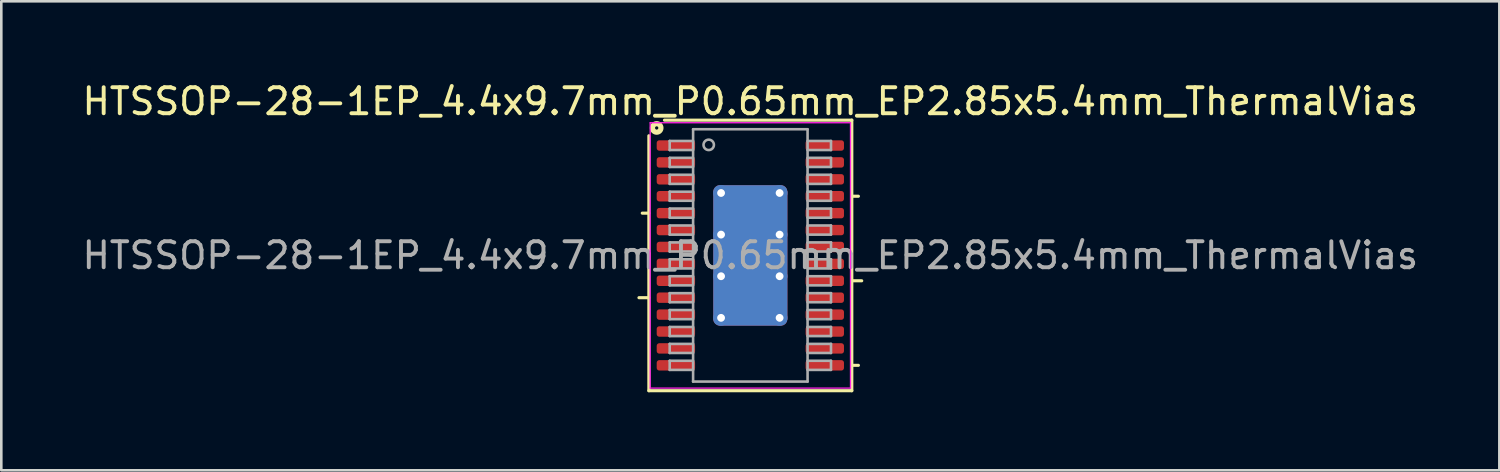
<source format=kicad_pcb>
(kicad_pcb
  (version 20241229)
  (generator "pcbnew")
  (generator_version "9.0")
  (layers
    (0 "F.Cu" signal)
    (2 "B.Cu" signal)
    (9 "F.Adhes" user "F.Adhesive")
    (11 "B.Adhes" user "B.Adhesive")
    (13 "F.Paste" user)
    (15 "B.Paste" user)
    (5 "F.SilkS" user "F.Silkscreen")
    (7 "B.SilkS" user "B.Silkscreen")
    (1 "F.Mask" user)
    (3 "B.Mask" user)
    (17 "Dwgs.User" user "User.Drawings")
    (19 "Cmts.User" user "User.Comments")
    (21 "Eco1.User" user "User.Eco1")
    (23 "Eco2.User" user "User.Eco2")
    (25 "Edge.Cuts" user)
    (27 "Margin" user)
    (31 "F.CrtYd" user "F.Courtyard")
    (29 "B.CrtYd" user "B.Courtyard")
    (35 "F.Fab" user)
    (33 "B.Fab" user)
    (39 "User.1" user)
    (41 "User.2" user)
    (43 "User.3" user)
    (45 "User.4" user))
  (footprint "HTSSOP-28-1EP_4.4x9.7mm_P0.65mm_EP2.85x5.4mm_ThermalVias"
    (layer "F.Cu")
    (at 25.792 6.768)
    (property "Reference" "HTSSOP-28-1EP_4.4x9.7mm_P0.65mm_EP2.85x5.4mm_ThermalVias" (at 0 -5.92 0) (layer "F.SilkS") (effects (font (size 1 1) (thickness 0.15))))
    (attr smd)
    (fp_line (start -3.9 -1.625) (end -4.154 -1.625) (stroke (width 0.12) (type solid)) (layer "F.SilkS"))
    (fp_line (start -3.9 1.625) (end -4.281 1.625) (stroke (width 0.12) (type solid)) (layer "F.SilkS"))
    (fp_line (start -3.9 5.2) (end -3.9 -4.6) (stroke (width 0.12) (type solid)) (layer "F.SilkS"))
    (fp_line (start -3.3 -5.2) (end 3.9 -5.2) (stroke (width 0.12) (type solid)) (layer "F.SilkS"))
    (fp_line (start 3.9 -5.2) (end 3.9 5.2) (stroke (width 0.12) (type solid)) (layer "F.SilkS"))
    (fp_line (start 3.9 -2.275) (end 4.154 -2.275) (stroke (width 0.12) (type solid)) (layer "F.SilkS"))
    (fp_line (start 3.9 0.975) (end 4.281 0.975) (stroke (width 0.12) (type solid)) (layer "F.SilkS"))
    (fp_line (start 3.9 4.225) (end 4.154 4.225) (stroke (width 0.12) (type solid)) (layer "F.SilkS"))
    (fp_line (start 3.9 5.2) (end -3.9 5.2) (stroke (width 0.12) (type solid)) (layer "F.SilkS"))
    (fp_circle (center -3.6 -4.9) (end -3.537 -4.9) (stroke (width 0.2) (type solid)) (fill no) (layer "F.SilkS"))
    (fp_line (start -3.85 -5.1) (end -3.85 5.1) (stroke (width 0.05) (type solid)) (layer "F.CrtYd"))
    (fp_line (start -3.85 5.1) (end 3.85 5.1) (stroke (width 0.05) (type solid)) (layer "F.CrtYd"))
    (fp_line (start 3.85 -5.1) (end -3.85 -5.1) (stroke (width 0.05) (type solid)) (layer "F.CrtYd"))
    (fp_line (start 3.85 5.1) (end 3.85 -5.1) (stroke (width 0.05) (type solid)) (layer "F.CrtYd"))
    (fp_line (start -3.1 -4.4) (end -3.1 -4.05) (stroke (width 0.1) (type solid)) (layer "F.Fab"))
    (fp_line (start -3.1 -4.4) (end -2.2 -4.4) (stroke (width 0.1) (type solid)) (layer "F.Fab"))
    (fp_line (start -3.1 -4.05) (end -2.2 -4.05) (stroke (width 0.1) (type solid)) (layer "F.Fab"))
    (fp_line (start -3.1 -3.75) (end -3.1 -3.4) (stroke (width 0.1) (type solid)) (layer "F.Fab"))
    (fp_line (start -3.1 -3.75) (end -2.2 -3.75) (stroke (width 0.1) (type solid)) (layer "F.Fab"))
    (fp_line (start -3.1 -3.4) (end -2.2 -3.4) (stroke (width 0.1) (type solid)) (layer "F.Fab"))
    (fp_line (start -3.1 -3.1) (end -3.1 -2.75) (stroke (width 0.1) (type solid)) (layer "F.Fab"))
    (fp_line (start -3.1 -3.1) (end -2.2 -3.1) (stroke (width 0.1) (type solid)) (layer "F.Fab"))
    (fp_line (start -3.1 -2.75) (end -2.2 -2.75) (stroke (width 0.1) (type solid)) (layer "F.Fab"))
    (fp_line (start -3.1 -2.45) (end -3.1 -2.1) (stroke (width 0.1) (type solid)) (layer "F.Fab"))
    (fp_line (start -3.1 -2.45) (end -2.2 -2.45) (stroke (width 0.1) (type solid)) (layer "F.Fab"))
    (fp_line (start -3.1 -2.1) (end -2.2 -2.1) (stroke (width 0.1) (type solid)) (layer "F.Fab"))
    (fp_line (start -3.1 -1.8) (end -3.1 -1.45) (stroke (width 0.1) (type solid)) (layer "F.Fab"))
    (fp_line (start -3.1 -1.8) (end -2.2 -1.8) (stroke (width 0.1) (type solid)) (layer "F.Fab"))
    (fp_line (start -3.1 -1.45) (end -2.2 -1.45) (stroke (width 0.1) (type solid)) (layer "F.Fab"))
    (fp_line (start -3.1 -1.15) (end -3.1 -0.8) (stroke (width 0.1) (type solid)) (layer "F.Fab"))
    (fp_line (start -3.1 -1.15) (end -2.2 -1.15) (stroke (width 0.1) (type solid)) (layer "F.Fab"))
    (fp_line (start -3.1 -0.8) (end -2.2 -0.8) (stroke (width 0.1) (type solid)) (layer "F.Fab"))
    (fp_line (start -3.1 -0.5) (end -3.1 -0.15) (stroke (width 0.1) (type solid)) (layer "F.Fab"))
    (fp_line (start -3.1 -0.5) (end -2.2 -0.5) (stroke (width 0.1) (type solid)) (layer "F.Fab"))
    (fp_line (start -3.1 -0.15) (end -2.2 -0.15) (stroke (width 0.1) (type solid)) (layer "F.Fab"))
    (fp_line (start -3.1 0.15) (end -3.1 0.5) (stroke (width 0.1) (type solid)) (layer "F.Fab"))
    (fp_line (start -3.1 0.15) (end -2.2 0.15) (stroke (width 0.1) (type solid)) (layer "F.Fab"))
    (fp_line (start -3.1 0.5) (end -2.2 0.5) (stroke (width 0.1) (type solid)) (layer "F.Fab"))
    (fp_line (start -3.1 0.8) (end -3.1 1.15) (stroke (width 0.1) (type solid)) (layer "F.Fab"))
    (fp_line (start -3.1 0.8) (end -2.2 0.8) (stroke (width 0.1) (type solid)) (layer "F.Fab"))
    (fp_line (start -3.1 1.15) (end -2.2 1.15) (stroke (width 0.1) (type solid)) (layer "F.Fab"))
    (fp_line (start -3.1 1.45) (end -3.1 1.8) (stroke (width 0.1) (type solid)) (layer "F.Fab"))
    (fp_line (start -3.1 1.45) (end -2.2 1.45) (stroke (width 0.1) (type solid)) (layer "F.Fab"))
    (fp_line (start -3.1 1.8) (end -2.2 1.8) (stroke (width 0.1) (type solid)) (layer "F.Fab"))
    (fp_line (start -3.1 2.1) (end -3.1 2.45) (stroke (width 0.1) (type solid)) (layer "F.Fab"))
    (fp_line (start -3.1 2.1) (end -2.2 2.1) (stroke (width 0.1) (type solid)) (layer "F.Fab"))
    (fp_line (start -3.1 2.45) (end -2.2 2.45) (stroke (width 0.1) (type solid)) (layer "F.Fab"))
    (fp_line (start -3.1 2.75) (end -3.1 3.1) (stroke (width 0.1) (type solid)) (layer "F.Fab"))
    (fp_line (start -3.1 2.75) (end -2.2 2.75) (stroke (width 0.1) (type solid)) (layer "F.Fab"))
    (fp_line (start -3.1 3.1) (end -2.2 3.1) (stroke (width 0.1) (type solid)) (layer "F.Fab"))
    (fp_line (start -3.1 3.4) (end -3.1 3.75) (stroke (width 0.1) (type solid)) (layer "F.Fab"))
    (fp_line (start -3.1 3.4) (end -2.2 3.4) (stroke (width 0.1) (type solid)) (layer "F.Fab"))
    (fp_line (start -3.1 3.75) (end -2.2 3.75) (stroke (width 0.1) (type solid)) (layer "F.Fab"))
    (fp_line (start -3.1 4.05) (end -3.1 4.4) (stroke (width 0.1) (type solid)) (layer "F.Fab"))
    (fp_line (start -3.1 4.05) (end -2.2 4.05) (stroke (width 0.1) (type solid)) (layer "F.Fab"))
    (fp_line (start -3.1 4.4) (end -2.2 4.4) (stroke (width 0.1) (type solid)) (layer "F.Fab"))
    (fp_line (start -2.2 -4.85) (end 2.2 -4.85) (stroke (width 0.1) (type solid)) (layer "F.Fab"))
    (fp_line (start -2.2 4.85) (end -2.2 -4.85) (stroke (width 0.1) (type solid)) (layer "F.Fab"))
    (fp_line (start 2.2 -4.85) (end 2.2 4.85) (stroke (width 0.1) (type solid)) (layer "F.Fab"))
    (fp_line (start 2.2 4.85) (end -2.2 4.85) (stroke (width 0.1) (type solid)) (layer "F.Fab"))
    (fp_line (start 3.1 -4.4) (end 2.2 -4.4) (stroke (width 0.1) (type solid)) (layer "F.Fab"))
    (fp_line (start 3.1 -4.05) (end 2.2 -4.05) (stroke (width 0.1) (type solid)) (layer "F.Fab"))
    (fp_line (start 3.1 -4.05) (end 3.1 -4.4) (stroke (width 0.1) (type solid)) (layer "F.Fab"))
    (fp_line (start 3.1 -3.75) (end 2.2 -3.75) (stroke (width 0.1) (type solid)) (layer "F.Fab"))
    (fp_line (start 3.1 -3.4) (end 2.2 -3.4) (stroke (width 0.1) (type solid)) (layer "F.Fab"))
    (fp_line (start 3.1 -3.4) (end 3.1 -3.75) (stroke (width 0.1) (type solid)) (layer "F.Fab"))
    (fp_line (start 3.1 -3.1) (end 2.2 -3.1) (stroke (width 0.1) (type solid)) (layer "F.Fab"))
    (fp_line (start 3.1 -2.75) (end 2.2 -2.75) (stroke (width 0.1) (type solid)) (layer "F.Fab"))
    (fp_line (start 3.1 -2.75) (end 3.1 -3.1) (stroke (width 0.1) (type solid)) (layer "F.Fab"))
    (fp_line (start 3.1 -2.45) (end 2.2 -2.45) (stroke (width 0.1) (type solid)) (layer "F.Fab"))
    (fp_line (start 3.1 -2.1) (end 2.2 -2.1) (stroke (width 0.1) (type solid)) (layer "F.Fab"))
    (fp_line (start 3.1 -2.1) (end 3.1 -2.45) (stroke (width 0.1) (type solid)) (layer "F.Fab"))
    (fp_line (start 3.1 -1.8) (end 2.2 -1.8) (stroke (width 0.1) (type solid)) (layer "F.Fab"))
    (fp_line (start 3.1 -1.45) (end 2.2 -1.45) (stroke (width 0.1) (type solid)) (layer "F.Fab"))
    (fp_line (start 3.1 -1.45) (end 3.1 -1.8) (stroke (width 0.1) (type solid)) (layer "F.Fab"))
    (fp_line (start 3.1 -1.15) (end 2.2 -1.15) (stroke (width 0.1) (type solid)) (layer "F.Fab"))
    (fp_line (start 3.1 -0.8) (end 2.2 -0.8) (stroke (width 0.1) (type solid)) (layer "F.Fab"))
    (fp_line (start 3.1 -0.8) (end 3.1 -1.15) (stroke (width 0.1) (type solid)) (layer "F.Fab"))
    (fp_line (start 3.1 -0.5) (end 2.2 -0.5) (stroke (width 0.1) (type solid)) (layer "F.Fab"))
    (fp_line (start 3.1 -0.15) (end 2.2 -0.15) (stroke (width 0.1) (type solid)) (layer "F.Fab"))
    (fp_line (start 3.1 -0.15) (end 3.1 -0.5) (stroke (width 0.1) (type solid)) (layer "F.Fab"))
    (fp_line (start 3.1 0.15) (end 2.2 0.15) (stroke (width 0.1) (type solid)) (layer "F.Fab"))
    (fp_line (start 3.1 0.5) (end 2.2 0.5) (stroke (width 0.1) (type solid)) (layer "F.Fab"))
    (fp_line (start 3.1 0.5) (end 3.1 0.15) (stroke (width 0.1) (type solid)) (layer "F.Fab"))
    (fp_line (start 3.1 0.8) (end 2.2 0.8) (stroke (width 0.1) (type solid)) (layer "F.Fab"))
    (fp_line (start 3.1 1.15) (end 2.2 1.15) (stroke (width 0.1) (type solid)) (layer "F.Fab"))
    (fp_line (start 3.1 1.15) (end 3.1 0.8) (stroke (width 0.1) (type solid)) (layer "F.Fab"))
    (fp_line (start 3.1 1.45) (end 2.2 1.45) (stroke (width 0.1) (type solid)) (layer "F.Fab"))
    (fp_line (start 3.1 1.8) (end 2.2 1.8) (stroke (width 0.1) (type solid)) (layer "F.Fab"))
    (fp_line (start 3.1 1.8) (end 3.1 1.45) (stroke (width 0.1) (type solid)) (layer "F.Fab"))
    (fp_line (start 3.1 2.1) (end 2.2 2.1) (stroke (width 0.1) (type solid)) (layer "F.Fab"))
    (fp_line (start 3.1 2.45) (end 2.2 2.45) (stroke (width 0.1) (type solid)) (layer "F.Fab"))
    (fp_line (start 3.1 2.45) (end 3.1 2.1) (stroke (width 0.1) (type solid)) (layer "F.Fab"))
    (fp_line (start 3.1 2.75) (end 2.2 2.75) (stroke (width 0.1) (type solid)) (layer "F.Fab"))
    (fp_line (start 3.1 3.1) (end 2.2 3.1) (stroke (width 0.1) (type solid)) (layer "F.Fab"))
    (fp_line (start 3.1 3.1) (end 3.1 2.75) (stroke (width 0.1) (type solid)) (layer "F.Fab"))
    (fp_line (start 3.1 3.4) (end 2.2 3.4) (stroke (width 0.1) (type solid)) (layer "F.Fab"))
    (fp_line (start 3.1 3.75) (end 2.2 3.75) (stroke (width 0.1) (type solid)) (layer "F.Fab"))
    (fp_line (start 3.1 3.75) (end 3.1 3.4) (stroke (width 0.1) (type solid)) (layer "F.Fab"))
    (fp_line (start 3.1 4.05) (end 2.2 4.05) (stroke (width 0.1) (type solid)) (layer "F.Fab"))
    (fp_line (start 3.1 4.4) (end 2.2 4.4) (stroke (width 0.1) (type solid)) (layer "F.Fab"))
    (fp_line (start 3.1 4.4) (end 3.1 4.05) (stroke (width 0.1) (type solid)) (layer "F.Fab"))
    (fp_circle (center -1.6 -4.25) (end -1.4 -4.25) (stroke (width 0.1) (type solid)) (fill no) (layer "F.Fab"))
    (fp_text user "${REFERENCE}" (at 0 0 0) (layer "F.Fab") (effects (font (size 1 1) (thickness 0.15))))
    (pad "" smd roundrect (at 0 -1.8) (size 2.3 1.45) (layers "F.Paste") (roundrect_rratio 0.172))
    (pad "" smd roundrect (at 0 0) (size 2.3 1.45) (layers "F.Paste") (roundrect_rratio 0.172))
    (pad "" smd roundrect (at 0 1.8) (size 2.3 1.45) (layers "F.Paste") (roundrect_rratio 0.172))
    (pad "1" smd roundrect (at -2.862 -4.225) (size 1.475 0.4) (layers "F.Cu" "F.Mask" "F.Paste") (roundrect_rratio 0.25))
    (pad "2" smd roundrect (at -2.862 -3.575) (size 1.475 0.4) (layers "F.Cu" "F.Mask" "F.Paste") (roundrect_rratio 0.25))
    (pad "3" smd roundrect (at -2.862 -2.925) (size 1.475 0.4) (layers "F.Cu" "F.Mask" "F.Paste") (roundrect_rratio 0.25))
    (pad "4" smd roundrect (at -2.862 -2.275) (size 1.475 0.4) (layers "F.Cu" "F.Mask" "F.Paste") (roundrect_rratio 0.25))
    (pad "5" smd roundrect (at -2.862 -1.625) (size 1.475 0.4) (layers "F.Cu" "F.Mask" "F.Paste") (roundrect_rratio 0.25))
    (pad "6" smd roundrect (at -2.862 -0.975) (size 1.475 0.4) (layers "F.Cu" "F.Mask" "F.Paste") (roundrect_rratio 0.25))
    (pad "7" smd roundrect (at -2.862 -0.325) (size 1.475 0.4) (layers "F.Cu" "F.Mask" "F.Paste") (roundrect_rratio 0.25))
    (pad "8" smd roundrect (at -2.862 0.325) (size 1.475 0.4) (layers "F.Cu" "F.Mask" "F.Paste") (roundrect_rratio 0.25))
    (pad "9" smd roundrect (at -2.862 0.975) (size 1.475 0.4) (layers "F.Cu" "F.Mask" "F.Paste") (roundrect_rratio 0.25))
    (pad "10" smd roundrect (at -2.862 1.625) (size 1.475 0.4) (layers "F.Cu" "F.Mask" "F.Paste") (roundrect_rratio 0.25))
    (pad "11" smd roundrect (at -2.862 2.275) (size 1.475 0.4) (layers "F.Cu" "F.Mask" "F.Paste") (roundrect_rratio 0.25))
    (pad "12" smd roundrect (at -2.862 2.925) (size 1.475 0.4) (layers "F.Cu" "F.Mask" "F.Paste") (roundrect_rratio 0.25))
    (pad "13" smd roundrect (at -2.862 3.575) (size 1.475 0.4) (layers "F.Cu" "F.Mask" "F.Paste") (roundrect_rratio 0.25))
    (pad "14" smd roundrect (at -2.862 4.225) (size 1.475 0.4) (layers "F.Cu" "F.Mask" "F.Paste") (roundrect_rratio 0.25))
    (pad "15" smd roundrect (at 2.862 4.225) (size 1.475 0.4) (layers "F.Cu" "F.Mask" "F.Paste") (roundrect_rratio 0.25))
    (pad "16" smd roundrect (at 2.862 3.575) (size 1.475 0.4) (layers "F.Cu" "F.Mask" "F.Paste") (roundrect_rratio 0.25))
    (pad "17" smd roundrect (at 2.862 2.925) (size 1.475 0.4) (layers "F.Cu" "F.Mask" "F.Paste") (roundrect_rratio 0.25))
    (pad "18" smd roundrect (at 2.862 2.275) (size 1.475 0.4) (layers "F.Cu" "F.Mask" "F.Paste") (roundrect_rratio 0.25))
    (pad "19" smd roundrect (at 2.862 1.625) (size 1.475 0.4) (layers "F.Cu" "F.Mask" "F.Paste") (roundrect_rratio 0.25))
    (pad "20" smd roundrect (at 2.862 0.975) (size 1.475 0.4) (layers "F.Cu" "F.Mask" "F.Paste") (roundrect_rratio 0.25))
    (pad "21" smd roundrect (at 2.862 0.325) (size 1.475 0.4) (layers "F.Cu" "F.Mask" "F.Paste") (roundrect_rratio 0.25))
    (pad "22" smd roundrect (at 2.862 -0.325) (size 1.475 0.4) (layers "F.Cu" "F.Mask" "F.Paste") (roundrect_rratio 0.25))
    (pad "23" smd roundrect (at 2.862 -0.975) (size 1.475 0.4) (layers "F.Cu" "F.Mask" "F.Paste") (roundrect_rratio 0.25))
    (pad "24" smd roundrect (at 2.862 -1.625) (size 1.475 0.4) (layers "F.Cu" "F.Mask" "F.Paste") (roundrect_rratio 0.25))
    (pad "25" smd roundrect (at 2.862 -2.275) (size 1.475 0.4) (layers "F.Cu" "F.Mask" "F.Paste") (roundrect_rratio 0.25))
    (pad "26" smd roundrect (at 2.862 -2.925) (size 1.475 0.4) (layers "F.Cu" "F.Mask" "F.Paste") (roundrect_rratio 0.25))
    (pad "27" smd roundrect (at 2.862 -3.575) (size 1.475 0.4) (layers "F.Cu" "F.Mask" "F.Paste") (roundrect_rratio 0.25))
    (pad "28" smd roundrect (at 2.862 -4.225) (size 1.475 0.4) (layers "F.Cu" "F.Mask" "F.Paste") (roundrect_rratio 0.25))
    (pad "29" thru_hole circle (at -1.125 -2.4) (size 0.6 0.6) (drill 0.3) (property pad_prop_heatsink) (layers "*.Cu"))
    (pad "29" thru_hole circle (at -1.125 -0.8) (size 0.6 0.6) (drill 0.3) (property pad_prop_heatsink) (layers "*.Cu"))
    (pad "29" thru_hole circle (at -1.125 0.8) (size 0.6 0.6) (drill 0.3) (property pad_prop_heatsink) (layers "*.Cu"))
    (pad "29" thru_hole circle (at -1.125 2.4) (size 0.6 0.6) (drill 0.3) (property pad_prop_heatsink) (layers "*.Cu"))
    (pad "29" smd roundrect (at 0 0) (size 2.85 5.4) (layers "F.Cu" "F.Mask") (roundrect_rratio 0.088))
    (pad "29" smd roundrect (at 0 0) (size 2.85 5.4) (layers "B.Cu" "B.Mask") (roundrect_rratio 0.088))
    (pad "29" thru_hole circle (at 1.125 -2.4) (size 0.6 0.6) (drill 0.3) (property pad_prop_heatsink) (layers "*.Cu"))
    (pad "29" thru_hole circle (at 1.125 -0.8) (size 0.6 0.6) (drill 0.3) (property pad_prop_heatsink) (layers "*.Cu"))
    (pad "29" thru_hole circle (at 1.125 0.8) (size 0.6 0.6) (drill 0.3) (property pad_prop_heatsink) (layers "*.Cu"))
    (pad "29" thru_hole circle (at 1.125 2.4) (size 0.6 0.6) (drill 0.3) (property pad_prop_heatsink) (layers "*.Cu")))
  (gr_rect
    (start -3 -3)
    (end 54.583 15.028)
    (stroke (width 0.1) (type default))
    (fill no)
    (layer "Edge.Cuts")))
</source>
